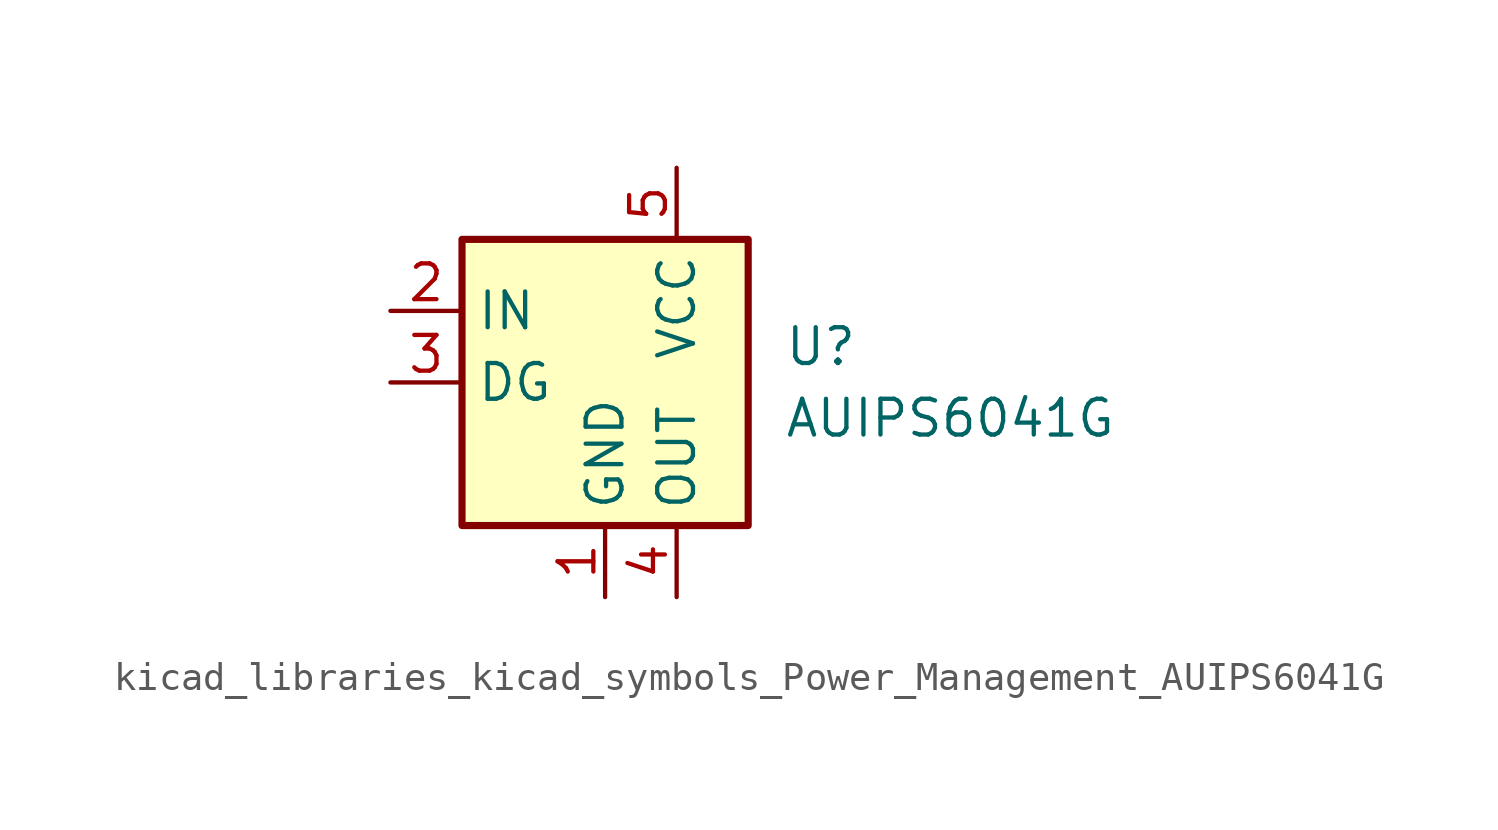
<source format=kicad_sym>
(kicad_symbol_lib
  (version 20220914)
  (generator kicad_symbol_editor)
  (symbol "kicad_libraries_kicad_symbols_Power_Management_AUIPS6041G"
    (property "Reference" "U"
      (at 3.81 1.27 0)
      (effects (font (size 1.27 1.27)) (justify left)))
    (property "Value" "AUIPS6041G"
      (at 3.81 -1.27 0)
      (effects (font (size 1.27 1.27)) (justify left)))
    (symbol "kicad_libraries_kicad_symbols_Power_Management_AUIPS6041G_0_1"
      (rectangle (start -7.62 5.08) (end 2.54 -5.08) (stroke (width 0.254) (type default)) (fill (type background))))
    (symbol "kicad_libraries_kicad_symbols_Power_Management_AUIPS6041G_1_1"
      (pin power_in line (at -2.54 -7.62 90) (length 2.54) (name "GND" (effects (font (size 1.27 1.27)))) (number "1" (effects (font (size 1.27 1.27)))))
      (pin input line (at -10.16 2.54 0) (length 2.54) (name "IN" (effects (font (size 1.27 1.27)))) (number "2" (effects (font (size 1.27 1.27)))))
      (pin open_collector line (at -10.16 0 0) (length 2.54) (name "DG" (effects (font (size 1.27 1.27)))) (number "3" (effects (font (size 1.27 1.27)))))
      (pin power_out line (at 0 -7.62 90) (length 2.54) (name "OUT" (effects (font (size 1.27 1.27)))) (number "4" (effects (font (size 1.27 1.27)))))
      (pin power_in line (at 0 7.62 270) (length 2.54) (name "VCC" (effects (font (size 1.27 1.27)))) (number "5" (effects (font (size 1.27 1.27)))))
      (pin passive line (at 0 7.62 270) (length 2.54) hide (name "VCC" (effects (font (size 1.27 1.27)))) (number "6" (effects (font (size 1.27 1.27)))))
      (pin passive line (at 0 7.62 270) (length 2.54) hide (name "VCC" (effects (font (size 1.27 1.27)))) (number "7" (effects (font (size 1.27 1.27)))))
      (pin passive line (at 0 7.62 270) (length 2.54) hide (name "VCC" (effects (font (size 1.27 1.27)))) (number "8" (effects (font (size 1.27 1.27))))))))
</source>
